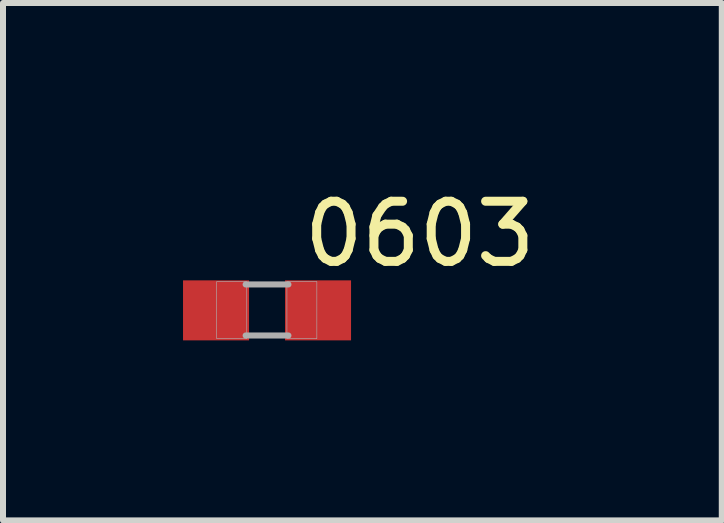
<source format=kicad_pcb>
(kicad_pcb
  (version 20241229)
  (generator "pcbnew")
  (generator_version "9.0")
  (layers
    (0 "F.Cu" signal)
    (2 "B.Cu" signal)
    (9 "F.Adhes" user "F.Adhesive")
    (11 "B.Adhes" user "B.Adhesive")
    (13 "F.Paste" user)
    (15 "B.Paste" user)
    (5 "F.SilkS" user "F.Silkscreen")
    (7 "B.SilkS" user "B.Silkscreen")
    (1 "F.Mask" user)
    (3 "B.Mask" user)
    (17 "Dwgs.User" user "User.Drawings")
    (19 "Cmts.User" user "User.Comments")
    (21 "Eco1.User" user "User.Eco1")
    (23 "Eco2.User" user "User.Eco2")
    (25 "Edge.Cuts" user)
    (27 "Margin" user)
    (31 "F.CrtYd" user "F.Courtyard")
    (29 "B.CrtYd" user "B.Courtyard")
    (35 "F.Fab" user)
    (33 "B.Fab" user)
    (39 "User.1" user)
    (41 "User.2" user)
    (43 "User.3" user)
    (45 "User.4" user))
  (footprint "0603"
    (layer "F.Cu")
    (at 1.4 2.122)
    (property "Reference" "0603" (at 2.545 -1.272 0) (layer "F.SilkS") (effects (font (size 1.002 1.002) (thickness 0.15))))
    (attr smd)
    (fp_line (start -0.356 -0.432) (end 0.356 -0.432) (stroke (width 0.102) (type solid)) (layer "F.Fab"))
    (fp_line (start -0.356 0.419) (end 0.356 0.419) (stroke (width 0.102) (type solid)) (layer "F.Fab"))
    (fp_poly (pts (xy -0.84 -0.48) (xy -0.338 -0.48) (xy -0.338 0.471) (xy -0.84 0.471)) (stroke (width 0.01) (type solid)) (fill no) (layer "F.Fab"))
    (fp_poly (pts (xy 0.331 -0.48) (xy 0.83 -0.48) (xy 0.83 0.471) (xy 0.331 0.471)) (stroke (width 0.01) (type solid)) (fill no) (layer "F.Fab"))
    (pad "1" smd rect (at -0.85 0) (size 1.1 1) (layers "F.Cu" "F.Mask" "F.Paste"))
    (pad "2" smd rect (at 0.85 0) (size 1.1 1) (layers "F.Cu" "F.Mask" "F.Paste")))
  (gr_rect
    (start -3 -3)
    (end 8.978 5.622)
    (stroke (width 0.1) (type default))
    (fill no)
    (layer "Edge.Cuts")))
</source>
